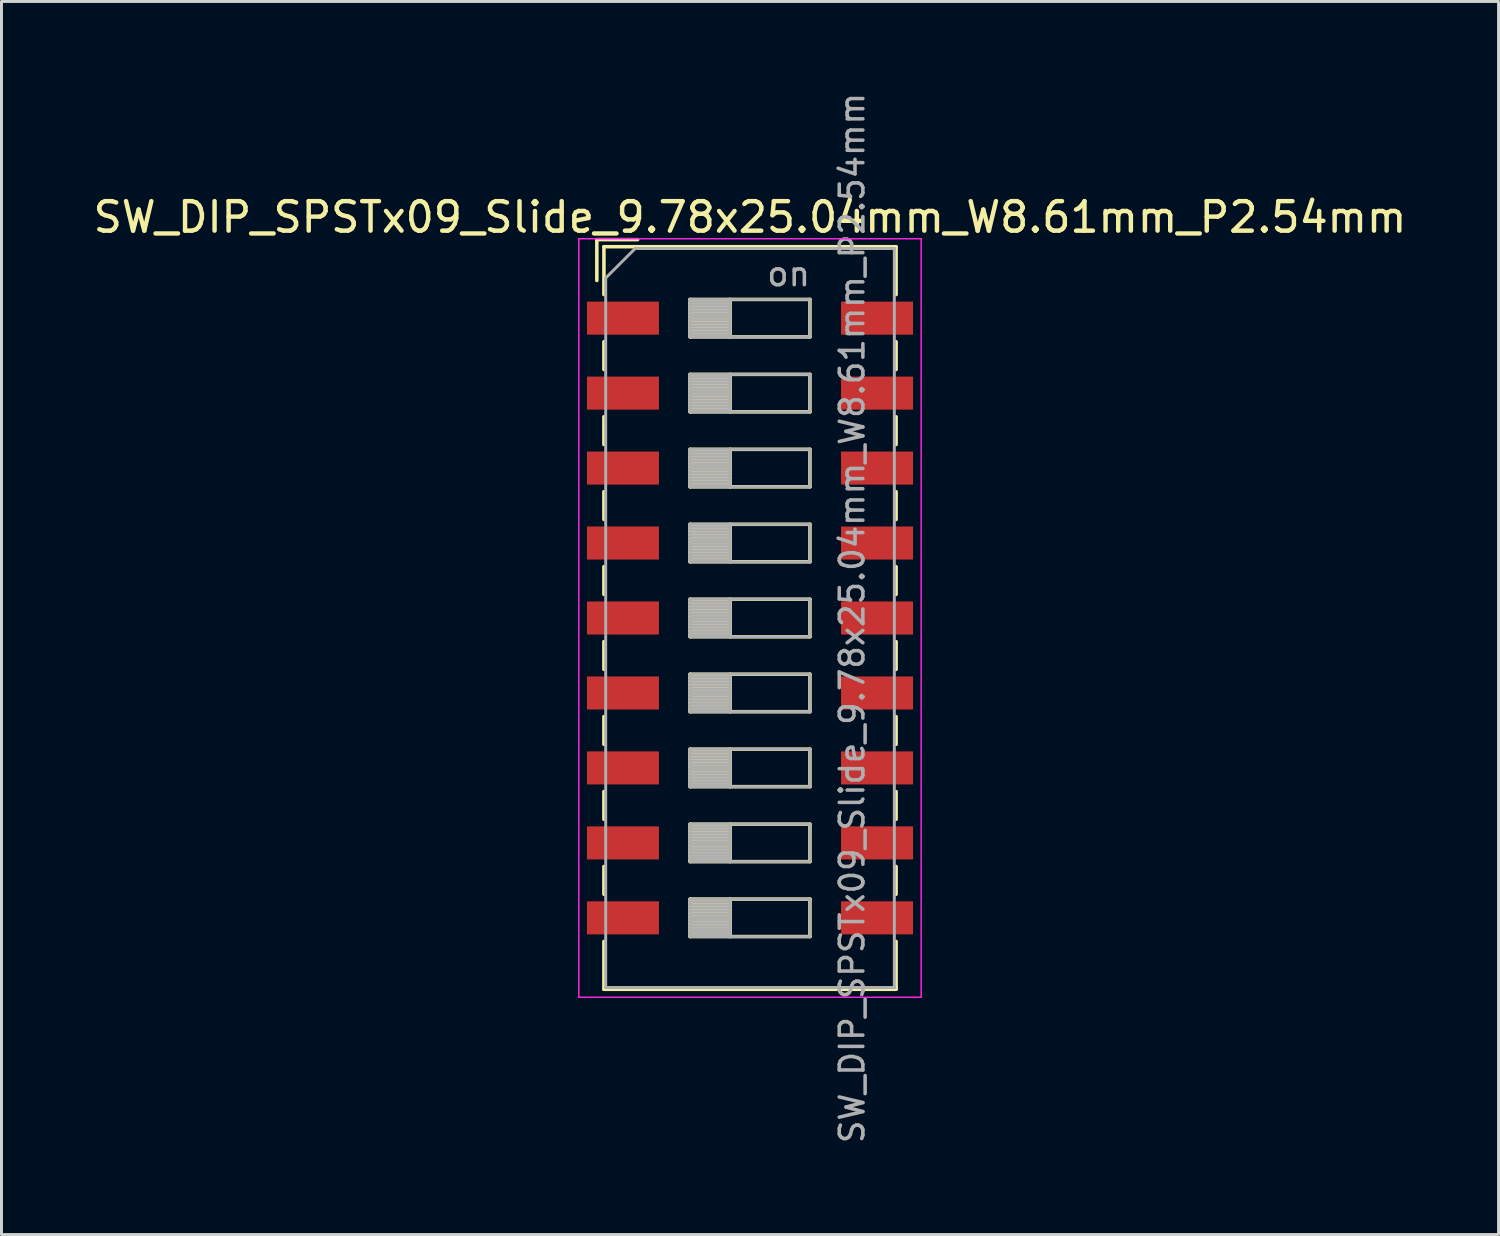
<source format=kicad_pcb>
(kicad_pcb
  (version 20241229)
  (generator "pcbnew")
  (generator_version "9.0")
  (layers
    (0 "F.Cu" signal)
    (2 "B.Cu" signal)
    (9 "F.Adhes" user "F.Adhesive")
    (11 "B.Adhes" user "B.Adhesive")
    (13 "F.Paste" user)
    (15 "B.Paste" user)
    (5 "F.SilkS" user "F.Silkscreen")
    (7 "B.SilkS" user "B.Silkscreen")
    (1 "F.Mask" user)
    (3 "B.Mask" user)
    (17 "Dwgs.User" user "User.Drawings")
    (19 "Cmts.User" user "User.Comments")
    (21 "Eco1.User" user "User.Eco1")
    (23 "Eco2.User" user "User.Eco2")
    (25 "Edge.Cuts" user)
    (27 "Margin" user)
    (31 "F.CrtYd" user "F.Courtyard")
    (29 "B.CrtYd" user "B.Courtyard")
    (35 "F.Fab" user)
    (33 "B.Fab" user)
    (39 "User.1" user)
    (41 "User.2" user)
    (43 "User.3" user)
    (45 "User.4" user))
  (footprint "SW_DIP_SPSTx09_Slide_9.78x25.04mm_W8.61mm_P2.54mm"
    (layer "F.Cu")
    (at 22.363 17.89)
    (property "Reference" "SW_DIP_SPSTx09_Slide_9.78x25.04mm_W8.61mm_P2.54mm" (at 0 -13.58 0) (layer "F.SilkS") (effects (font (size 1 1) (thickness 0.15))))
    (attr smd)
    (fp_line (start -5.19 -12.82) (end -5.19 -11.437) (stroke (width 0.12) (type solid)) (layer "F.SilkS"))
    (fp_line (start -5.19 -12.82) (end -3.806 -12.82) (stroke (width 0.12) (type solid)) (layer "F.SilkS"))
    (fp_line (start -4.95 -12.58) (end -4.95 -10.96) (stroke (width 0.12) (type solid)) (layer "F.SilkS"))
    (fp_line (start -4.95 -12.58) (end 4.95 -12.58) (stroke (width 0.12) (type solid)) (layer "F.SilkS"))
    (fp_line (start -4.95 -9.36) (end -4.95 -8.42) (stroke (width 0.12) (type solid)) (layer "F.SilkS"))
    (fp_line (start -4.95 -6.82) (end -4.95 -5.88) (stroke (width 0.12) (type solid)) (layer "F.SilkS"))
    (fp_line (start -4.95 -4.28) (end -4.95 -3.34) (stroke (width 0.12) (type solid)) (layer "F.SilkS"))
    (fp_line (start -4.95 -1.74) (end -4.95 -0.8) (stroke (width 0.12) (type solid)) (layer "F.SilkS"))
    (fp_line (start -4.95 0.8) (end -4.95 1.74) (stroke (width 0.12) (type solid)) (layer "F.SilkS"))
    (fp_line (start -4.95 3.34) (end -4.95 4.28) (stroke (width 0.12) (type solid)) (layer "F.SilkS"))
    (fp_line (start -4.95 5.88) (end -4.95 6.82) (stroke (width 0.12) (type solid)) (layer "F.SilkS"))
    (fp_line (start -4.95 8.42) (end -4.95 9.36) (stroke (width 0.12) (type solid)) (layer "F.SilkS"))
    (fp_line (start -4.95 10.96) (end -4.95 12.58) (stroke (width 0.12) (type solid)) (layer "F.SilkS"))
    (fp_line (start -4.95 12.58) (end 4.95 12.58) (stroke (width 0.12) (type solid)) (layer "F.SilkS"))
    (fp_line (start -2.03 -10.795) (end -2.03 -9.525) (stroke (width 0.12) (type solid)) (layer "F.SilkS"))
    (fp_line (start -2.03 -10.675) (end -0.677 -10.675) (stroke (width 0.12) (type solid)) (layer "F.SilkS"))
    (fp_line (start -2.03 -10.555) (end -0.677 -10.555) (stroke (width 0.12) (type solid)) (layer "F.SilkS"))
    (fp_line (start -2.03 -10.435) (end -0.677 -10.435) (stroke (width 0.12) (type solid)) (layer "F.SilkS"))
    (fp_line (start -2.03 -10.315) (end -0.677 -10.315) (stroke (width 0.12) (type solid)) (layer "F.SilkS"))
    (fp_line (start -2.03 -10.195) (end -0.677 -10.195) (stroke (width 0.12) (type solid)) (layer "F.SilkS"))
    (fp_line (start -2.03 -10.075) (end -0.677 -10.075) (stroke (width 0.12) (type solid)) (layer "F.SilkS"))
    (fp_line (start -2.03 -9.955) (end -0.677 -9.955) (stroke (width 0.12) (type solid)) (layer "F.SilkS"))
    (fp_line (start -2.03 -9.835) (end -0.677 -9.835) (stroke (width 0.12) (type solid)) (layer "F.SilkS"))
    (fp_line (start -2.03 -9.715) (end -0.677 -9.715) (stroke (width 0.12) (type solid)) (layer "F.SilkS"))
    (fp_line (start -2.03 -9.595) (end -0.677 -9.595) (stroke (width 0.12) (type solid)) (layer "F.SilkS"))
    (fp_line (start -2.03 -9.525) (end 2.03 -9.525) (stroke (width 0.12) (type solid)) (layer "F.SilkS"))
    (fp_line (start -2.03 -8.255) (end -2.03 -6.985) (stroke (width 0.12) (type solid)) (layer "F.SilkS"))
    (fp_line (start -2.03 -8.135) (end -0.677 -8.135) (stroke (width 0.12) (type solid)) (layer "F.SilkS"))
    (fp_line (start -2.03 -8.015) (end -0.677 -8.015) (stroke (width 0.12) (type solid)) (layer "F.SilkS"))
    (fp_line (start -2.03 -7.895) (end -0.677 -7.895) (stroke (width 0.12) (type solid)) (layer "F.SilkS"))
    (fp_line (start -2.03 -7.775) (end -0.677 -7.775) (stroke (width 0.12) (type solid)) (layer "F.SilkS"))
    (fp_line (start -2.03 -7.655) (end -0.677 -7.655) (stroke (width 0.12) (type solid)) (layer "F.SilkS"))
    (fp_line (start -2.03 -7.535) (end -0.677 -7.535) (stroke (width 0.12) (type solid)) (layer "F.SilkS"))
    (fp_line (start -2.03 -7.415) (end -0.677 -7.415) (stroke (width 0.12) (type solid)) (layer "F.SilkS"))
    (fp_line (start -2.03 -7.295) (end -0.677 -7.295) (stroke (width 0.12) (type solid)) (layer "F.SilkS"))
    (fp_line (start -2.03 -7.175) (end -0.677 -7.175) (stroke (width 0.12) (type solid)) (layer "F.SilkS"))
    (fp_line (start -2.03 -7.055) (end -0.677 -7.055) (stroke (width 0.12) (type solid)) (layer "F.SilkS"))
    (fp_line (start -2.03 -6.985) (end 2.03 -6.985) (stroke (width 0.12) (type solid)) (layer "F.SilkS"))
    (fp_line (start -2.03 -5.715) (end -2.03 -4.445) (stroke (width 0.12) (type solid)) (layer "F.SilkS"))
    (fp_line (start -2.03 -5.595) (end -0.677 -5.595) (stroke (width 0.12) (type solid)) (layer "F.SilkS"))
    (fp_line (start -2.03 -5.475) (end -0.677 -5.475) (stroke (width 0.12) (type solid)) (layer "F.SilkS"))
    (fp_line (start -2.03 -5.355) (end -0.677 -5.355) (stroke (width 0.12) (type solid)) (layer "F.SilkS"))
    (fp_line (start -2.03 -5.235) (end -0.677 -5.235) (stroke (width 0.12) (type solid)) (layer "F.SilkS"))
    (fp_line (start -2.03 -5.115) (end -0.677 -5.115) (stroke (width 0.12) (type solid)) (layer "F.SilkS"))
    (fp_line (start -2.03 -4.995) (end -0.677 -4.995) (stroke (width 0.12) (type solid)) (layer "F.SilkS"))
    (fp_line (start -2.03 -4.875) (end -0.677 -4.875) (stroke (width 0.12) (type solid)) (layer "F.SilkS"))
    (fp_line (start -2.03 -4.755) (end -0.677 -4.755) (stroke (width 0.12) (type solid)) (layer "F.SilkS"))
    (fp_line (start -2.03 -4.635) (end -0.677 -4.635) (stroke (width 0.12) (type solid)) (layer "F.SilkS"))
    (fp_line (start -2.03 -4.515) (end -0.677 -4.515) (stroke (width 0.12) (type solid)) (layer "F.SilkS"))
    (fp_line (start -2.03 -4.445) (end 2.03 -4.445) (stroke (width 0.12) (type solid)) (layer "F.SilkS"))
    (fp_line (start -2.03 -3.175) (end -2.03 -1.905) (stroke (width 0.12) (type solid)) (layer "F.SilkS"))
    (fp_line (start -2.03 -3.055) (end -0.677 -3.055) (stroke (width 0.12) (type solid)) (layer "F.SilkS"))
    (fp_line (start -2.03 -2.935) (end -0.677 -2.935) (stroke (width 0.12) (type solid)) (layer "F.SilkS"))
    (fp_line (start -2.03 -2.815) (end -0.677 -2.815) (stroke (width 0.12) (type solid)) (layer "F.SilkS"))
    (fp_line (start -2.03 -2.695) (end -0.677 -2.695) (stroke (width 0.12) (type solid)) (layer "F.SilkS"))
    (fp_line (start -2.03 -2.575) (end -0.677 -2.575) (stroke (width 0.12) (type solid)) (layer "F.SilkS"))
    (fp_line (start -2.03 -2.455) (end -0.677 -2.455) (stroke (width 0.12) (type solid)) (layer "F.SilkS"))
    (fp_line (start -2.03 -2.335) (end -0.677 -2.335) (stroke (width 0.12) (type solid)) (layer "F.SilkS"))
    (fp_line (start -2.03 -2.215) (end -0.677 -2.215) (stroke (width 0.12) (type solid)) (layer "F.SilkS"))
    (fp_line (start -2.03 -2.095) (end -0.677 -2.095) (stroke (width 0.12) (type solid)) (layer "F.SilkS"))
    (fp_line (start -2.03 -1.975) (end -0.677 -1.975) (stroke (width 0.12) (type solid)) (layer "F.SilkS"))
    (fp_line (start -2.03 -1.905) (end 2.03 -1.905) (stroke (width 0.12) (type solid)) (layer "F.SilkS"))
    (fp_line (start -2.03 -0.635) (end -2.03 0.635) (stroke (width 0.12) (type solid)) (layer "F.SilkS"))
    (fp_line (start -2.03 -0.515) (end -0.677 -0.515) (stroke (width 0.12) (type solid)) (layer "F.SilkS"))
    (fp_line (start -2.03 -0.395) (end -0.677 -0.395) (stroke (width 0.12) (type solid)) (layer "F.SilkS"))
    (fp_line (start -2.03 -0.275) (end -0.677 -0.275) (stroke (width 0.12) (type solid)) (layer "F.SilkS"))
    (fp_line (start -2.03 -0.155) (end -0.677 -0.155) (stroke (width 0.12) (type solid)) (layer "F.SilkS"))
    (fp_line (start -2.03 -0.035) (end -0.677 -0.035) (stroke (width 0.12) (type solid)) (layer "F.SilkS"))
    (fp_line (start -2.03 0.085) (end -0.677 0.085) (stroke (width 0.12) (type solid)) (layer "F.SilkS"))
    (fp_line (start -2.03 0.205) (end -0.677 0.205) (stroke (width 0.12) (type solid)) (layer "F.SilkS"))
    (fp_line (start -2.03 0.325) (end -0.677 0.325) (stroke (width 0.12) (type solid)) (layer "F.SilkS"))
    (fp_line (start -2.03 0.445) (end -0.677 0.445) (stroke (width 0.12) (type solid)) (layer "F.SilkS"))
    (fp_line (start -2.03 0.565) (end -0.677 0.565) (stroke (width 0.12) (type solid)) (layer "F.SilkS"))
    (fp_line (start -2.03 0.635) (end 2.03 0.635) (stroke (width 0.12) (type solid)) (layer "F.SilkS"))
    (fp_line (start -2.03 1.905) (end -2.03 3.175) (stroke (width 0.12) (type solid)) (layer "F.SilkS"))
    (fp_line (start -2.03 2.025) (end -0.677 2.025) (stroke (width 0.12) (type solid)) (layer "F.SilkS"))
    (fp_line (start -2.03 2.145) (end -0.677 2.145) (stroke (width 0.12) (type solid)) (layer "F.SilkS"))
    (fp_line (start -2.03 2.265) (end -0.677 2.265) (stroke (width 0.12) (type solid)) (layer "F.SilkS"))
    (fp_line (start -2.03 2.385) (end -0.677 2.385) (stroke (width 0.12) (type solid)) (layer "F.SilkS"))
    (fp_line (start -2.03 2.505) (end -0.677 2.505) (stroke (width 0.12) (type solid)) (layer "F.SilkS"))
    (fp_line (start -2.03 2.625) (end -0.677 2.625) (stroke (width 0.12) (type solid)) (layer "F.SilkS"))
    (fp_line (start -2.03 2.745) (end -0.677 2.745) (stroke (width 0.12) (type solid)) (layer "F.SilkS"))
    (fp_line (start -2.03 2.865) (end -0.677 2.865) (stroke (width 0.12) (type solid)) (layer "F.SilkS"))
    (fp_line (start -2.03 2.985) (end -0.677 2.985) (stroke (width 0.12) (type solid)) (layer "F.SilkS"))
    (fp_line (start -2.03 3.105) (end -0.677 3.105) (stroke (width 0.12) (type solid)) (layer "F.SilkS"))
    (fp_line (start -2.03 3.175) (end 2.03 3.175) (stroke (width 0.12) (type solid)) (layer "F.SilkS"))
    (fp_line (start -2.03 4.445) (end -2.03 5.715) (stroke (width 0.12) (type solid)) (layer "F.SilkS"))
    (fp_line (start -2.03 4.565) (end -0.677 4.565) (stroke (width 0.12) (type solid)) (layer "F.SilkS"))
    (fp_line (start -2.03 4.685) (end -0.677 4.685) (stroke (width 0.12) (type solid)) (layer "F.SilkS"))
    (fp_line (start -2.03 4.805) (end -0.677 4.805) (stroke (width 0.12) (type solid)) (layer "F.SilkS"))
    (fp_line (start -2.03 4.925) (end -0.677 4.925) (stroke (width 0.12) (type solid)) (layer "F.SilkS"))
    (fp_line (start -2.03 5.045) (end -0.677 5.045) (stroke (width 0.12) (type solid)) (layer "F.SilkS"))
    (fp_line (start -2.03 5.165) (end -0.677 5.165) (stroke (width 0.12) (type solid)) (layer "F.SilkS"))
    (fp_line (start -2.03 5.285) (end -0.677 5.285) (stroke (width 0.12) (type solid)) (layer "F.SilkS"))
    (fp_line (start -2.03 5.405) (end -0.677 5.405) (stroke (width 0.12) (type solid)) (layer "F.SilkS"))
    (fp_line (start -2.03 5.525) (end -0.677 5.525) (stroke (width 0.12) (type solid)) (layer "F.SilkS"))
    (fp_line (start -2.03 5.645) (end -0.677 5.645) (stroke (width 0.12) (type solid)) (layer "F.SilkS"))
    (fp_line (start -2.03 5.715) (end 2.03 5.715) (stroke (width 0.12) (type solid)) (layer "F.SilkS"))
    (fp_line (start -2.03 6.985) (end -2.03 8.255) (stroke (width 0.12) (type solid)) (layer "F.SilkS"))
    (fp_line (start -2.03 7.105) (end -0.677 7.105) (stroke (width 0.12) (type solid)) (layer "F.SilkS"))
    (fp_line (start -2.03 7.225) (end -0.677 7.225) (stroke (width 0.12) (type solid)) (layer "F.SilkS"))
    (fp_line (start -2.03 7.345) (end -0.677 7.345) (stroke (width 0.12) (type solid)) (layer "F.SilkS"))
    (fp_line (start -2.03 7.465) (end -0.677 7.465) (stroke (width 0.12) (type solid)) (layer "F.SilkS"))
    (fp_line (start -2.03 7.585) (end -0.677 7.585) (stroke (width 0.12) (type solid)) (layer "F.SilkS"))
    (fp_line (start -2.03 7.705) (end -0.677 7.705) (stroke (width 0.12) (type solid)) (layer "F.SilkS"))
    (fp_line (start -2.03 7.825) (end -0.677 7.825) (stroke (width 0.12) (type solid)) (layer "F.SilkS"))
    (fp_line (start -2.03 7.945) (end -0.677 7.945) (stroke (width 0.12) (type solid)) (layer "F.SilkS"))
    (fp_line (start -2.03 8.065) (end -0.677 8.065) (stroke (width 0.12) (type solid)) (layer "F.SilkS"))
    (fp_line (start -2.03 8.185) (end -0.677 8.185) (stroke (width 0.12) (type solid)) (layer "F.SilkS"))
    (fp_line (start -2.03 8.255) (end 2.03 8.255) (stroke (width 0.12) (type solid)) (layer "F.SilkS"))
    (fp_line (start -2.03 9.525) (end -2.03 10.795) (stroke (width 0.12) (type solid)) (layer "F.SilkS"))
    (fp_line (start -2.03 9.645) (end -0.677 9.645) (stroke (width 0.12) (type solid)) (layer "F.SilkS"))
    (fp_line (start -2.03 9.765) (end -0.677 9.765) (stroke (width 0.12) (type solid)) (layer "F.SilkS"))
    (fp_line (start -2.03 9.885) (end -0.677 9.885) (stroke (width 0.12) (type solid)) (layer "F.SilkS"))
    (fp_line (start -2.03 10.005) (end -0.677 10.005) (stroke (width 0.12) (type solid)) (layer "F.SilkS"))
    (fp_line (start -2.03 10.125) (end -0.677 10.125) (stroke (width 0.12) (type solid)) (layer "F.SilkS"))
    (fp_line (start -2.03 10.245) (end -0.677 10.245) (stroke (width 0.12) (type solid)) (layer "F.SilkS"))
    (fp_line (start -2.03 10.365) (end -0.677 10.365) (stroke (width 0.12) (type solid)) (layer "F.SilkS"))
    (fp_line (start -2.03 10.485) (end -0.677 10.485) (stroke (width 0.12) (type solid)) (layer "F.SilkS"))
    (fp_line (start -2.03 10.605) (end -0.677 10.605) (stroke (width 0.12) (type solid)) (layer "F.SilkS"))
    (fp_line (start -2.03 10.725) (end -0.677 10.725) (stroke (width 0.12) (type solid)) (layer "F.SilkS"))
    (fp_line (start -2.03 10.795) (end 2.03 10.795) (stroke (width 0.12) (type solid)) (layer "F.SilkS"))
    (fp_line (start -0.677 -10.795) (end -0.677 -9.525) (stroke (width 0.12) (type solid)) (layer "F.SilkS"))
    (fp_line (start -0.677 -8.255) (end -0.677 -6.985) (stroke (width 0.12) (type solid)) (layer "F.SilkS"))
    (fp_line (start -0.677 -5.715) (end -0.677 -4.445) (stroke (width 0.12) (type solid)) (layer "F.SilkS"))
    (fp_line (start -0.677 -3.175) (end -0.677 -1.905) (stroke (width 0.12) (type solid)) (layer "F.SilkS"))
    (fp_line (start -0.677 -0.635) (end -0.677 0.635) (stroke (width 0.12) (type solid)) (layer "F.SilkS"))
    (fp_line (start -0.677 1.905) (end -0.677 3.175) (stroke (width 0.12) (type solid)) (layer "F.SilkS"))
    (fp_line (start -0.677 4.445) (end -0.677 5.715) (stroke (width 0.12) (type solid)) (layer "F.SilkS"))
    (fp_line (start -0.677 6.985) (end -0.677 8.255) (stroke (width 0.12) (type solid)) (layer "F.SilkS"))
    (fp_line (start -0.677 9.525) (end -0.677 10.795) (stroke (width 0.12) (type solid)) (layer "F.SilkS"))
    (fp_line (start 2.03 -10.795) (end -2.03 -10.795) (stroke (width 0.12) (type solid)) (layer "F.SilkS"))
    (fp_line (start 2.03 -9.525) (end 2.03 -10.795) (stroke (width 0.12) (type solid)) (layer "F.SilkS"))
    (fp_line (start 2.03 -8.255) (end -2.03 -8.255) (stroke (width 0.12) (type solid)) (layer "F.SilkS"))
    (fp_line (start 2.03 -6.985) (end 2.03 -8.255) (stroke (width 0.12) (type solid)) (layer "F.SilkS"))
    (fp_line (start 2.03 -5.715) (end -2.03 -5.715) (stroke (width 0.12) (type solid)) (layer "F.SilkS"))
    (fp_line (start 2.03 -4.445) (end 2.03 -5.715) (stroke (width 0.12) (type solid)) (layer "F.SilkS"))
    (fp_line (start 2.03 -3.175) (end -2.03 -3.175) (stroke (width 0.12) (type solid)) (layer "F.SilkS"))
    (fp_line (start 2.03 -1.905) (end 2.03 -3.175) (stroke (width 0.12) (type solid)) (layer "F.SilkS"))
    (fp_line (start 2.03 -0.635) (end -2.03 -0.635) (stroke (width 0.12) (type solid)) (layer "F.SilkS"))
    (fp_line (start 2.03 0.635) (end 2.03 -0.635) (stroke (width 0.12) (type solid)) (layer "F.SilkS"))
    (fp_line (start 2.03 1.905) (end -2.03 1.905) (stroke (width 0.12) (type solid)) (layer "F.SilkS"))
    (fp_line (start 2.03 3.175) (end 2.03 1.905) (stroke (width 0.12) (type solid)) (layer "F.SilkS"))
    (fp_line (start 2.03 4.445) (end -2.03 4.445) (stroke (width 0.12) (type solid)) (layer "F.SilkS"))
    (fp_line (start 2.03 5.715) (end 2.03 4.445) (stroke (width 0.12) (type solid)) (layer "F.SilkS"))
    (fp_line (start 2.03 6.985) (end -2.03 6.985) (stroke (width 0.12) (type solid)) (layer "F.SilkS"))
    (fp_line (start 2.03 8.255) (end 2.03 6.985) (stroke (width 0.12) (type solid)) (layer "F.SilkS"))
    (fp_line (start 2.03 9.525) (end -2.03 9.525) (stroke (width 0.12) (type solid)) (layer "F.SilkS"))
    (fp_line (start 2.03 10.795) (end 2.03 9.525) (stroke (width 0.12) (type solid)) (layer "F.SilkS"))
    (fp_line (start 4.95 -12.58) (end 4.95 -10.96) (stroke (width 0.12) (type solid)) (layer "F.SilkS"))
    (fp_line (start 4.95 -9.359) (end 4.95 -8.419) (stroke (width 0.12) (type solid)) (layer "F.SilkS"))
    (fp_line (start 4.95 -6.819) (end 4.95 -5.879) (stroke (width 0.12) (type solid)) (layer "F.SilkS"))
    (fp_line (start 4.95 -4.279) (end 4.95 -3.339) (stroke (width 0.12) (type solid)) (layer "F.SilkS"))
    (fp_line (start 4.95 -1.739) (end 4.95 -0.799) (stroke (width 0.12) (type solid)) (layer "F.SilkS"))
    (fp_line (start 4.95 0.801) (end 4.95 1.741) (stroke (width 0.12) (type solid)) (layer "F.SilkS"))
    (fp_line (start 4.95 3.341) (end 4.95 4.281) (stroke (width 0.12) (type solid)) (layer "F.SilkS"))
    (fp_line (start 4.95 5.881) (end 4.95 6.82) (stroke (width 0.12) (type solid)) (layer "F.SilkS"))
    (fp_line (start 4.95 8.42) (end 4.95 9.36) (stroke (width 0.12) (type solid)) (layer "F.SilkS"))
    (fp_line (start 4.95 10.96) (end 4.95 12.58) (stroke (width 0.12) (type solid)) (layer "F.SilkS"))
    (fp_line (start -5.8 -12.85) (end -5.8 12.85) (stroke (width 0.05) (type solid)) (layer "F.CrtYd"))
    (fp_line (start -5.8 12.85) (end 5.8 12.85) (stroke (width 0.05) (type solid)) (layer "F.CrtYd"))
    (fp_line (start 5.8 -12.85) (end -5.8 -12.85) (stroke (width 0.05) (type solid)) (layer "F.CrtYd"))
    (fp_line (start 5.8 12.85) (end 5.8 -12.85) (stroke (width 0.05) (type solid)) (layer "F.CrtYd"))
    (fp_line (start -4.89 -11.52) (end -3.89 -12.52) (stroke (width 0.1) (type solid)) (layer "F.Fab"))
    (fp_line (start -4.89 12.52) (end -4.89 -11.52) (stroke (width 0.1) (type solid)) (layer "F.Fab"))
    (fp_line (start -3.89 -12.52) (end 4.89 -12.52) (stroke (width 0.1) (type solid)) (layer "F.Fab"))
    (fp_line (start -2.03 -10.795) (end -2.03 -9.525) (stroke (width 0.1) (type solid)) (layer "F.Fab"))
    (fp_line (start -2.03 -10.695) (end -0.677 -10.695) (stroke (width 0.1) (type solid)) (layer "F.Fab"))
    (fp_line (start -2.03 -10.595) (end -0.677 -10.595) (stroke (width 0.1) (type solid)) (layer "F.Fab"))
    (fp_line (start -2.03 -10.495) (end -0.677 -10.495) (stroke (width 0.1) (type solid)) (layer "F.Fab"))
    (fp_line (start -2.03 -10.395) (end -0.677 -10.395) (stroke (width 0.1) (type solid)) (layer "F.Fab"))
    (fp_line (start -2.03 -10.295) (end -0.677 -10.295) (stroke (width 0.1) (type solid)) (layer "F.Fab"))
    (fp_line (start -2.03 -10.195) (end -0.677 -10.195) (stroke (width 0.1) (type solid)) (layer "F.Fab"))
    (fp_line (start -2.03 -10.095) (end -0.677 -10.095) (stroke (width 0.1) (type solid)) (layer "F.Fab"))
    (fp_line (start -2.03 -9.995) (end -0.677 -9.995) (stroke (width 0.1) (type solid)) (layer "F.Fab"))
    (fp_line (start -2.03 -9.895) (end -0.677 -9.895) (stroke (width 0.1) (type solid)) (layer "F.Fab"))
    (fp_line (start -2.03 -9.795) (end -0.677 -9.795) (stroke (width 0.1) (type solid)) (layer "F.Fab"))
    (fp_line (start -2.03 -9.695) (end -0.677 -9.695) (stroke (width 0.1) (type solid)) (layer "F.Fab"))
    (fp_line (start -2.03 -9.595) (end -0.677 -9.595) (stroke (width 0.1) (type solid)) (layer "F.Fab"))
    (fp_line (start -2.03 -9.525) (end 2.03 -9.525) (stroke (width 0.1) (type solid)) (layer "F.Fab"))
    (fp_line (start -2.03 -8.255) (end -2.03 -6.985) (stroke (width 0.1) (type solid)) (layer "F.Fab"))
    (fp_line (start -2.03 -8.155) (end -0.677 -8.155) (stroke (width 0.1) (type solid)) (layer "F.Fab"))
    (fp_line (start -2.03 -8.055) (end -0.677 -8.055) (stroke (width 0.1) (type solid)) (layer "F.Fab"))
    (fp_line (start -2.03 -7.955) (end -0.677 -7.955) (stroke (width 0.1) (type solid)) (layer "F.Fab"))
    (fp_line (start -2.03 -7.855) (end -0.677 -7.855) (stroke (width 0.1) (type solid)) (layer "F.Fab"))
    (fp_line (start -2.03 -7.755) (end -0.677 -7.755) (stroke (width 0.1) (type solid)) (layer "F.Fab"))
    (fp_line (start -2.03 -7.655) (end -0.677 -7.655) (stroke (width 0.1) (type solid)) (layer "F.Fab"))
    (fp_line (start -2.03 -7.555) (end -0.677 -7.555) (stroke (width 0.1) (type solid)) (layer "F.Fab"))
    (fp_line (start -2.03 -7.455) (end -0.677 -7.455) (stroke (width 0.1) (type solid)) (layer "F.Fab"))
    (fp_line (start -2.03 -7.355) (end -0.677 -7.355) (stroke (width 0.1) (type solid)) (layer "F.Fab"))
    (fp_line (start -2.03 -7.255) (end -0.677 -7.255) (stroke (width 0.1) (type solid)) (layer "F.Fab"))
    (fp_line (start -2.03 -7.155) (end -0.677 -7.155) (stroke (width 0.1) (type solid)) (layer "F.Fab"))
    (fp_line (start -2.03 -7.055) (end -0.677 -7.055) (stroke (width 0.1) (type solid)) (layer "F.Fab"))
    (fp_line (start -2.03 -6.985) (end 2.03 -6.985) (stroke (width 0.1) (type solid)) (layer "F.Fab"))
    (fp_line (start -2.03 -5.715) (end -2.03 -4.445) (stroke (width 0.1) (type solid)) (layer "F.Fab"))
    (fp_line (start -2.03 -5.615) (end -0.677 -5.615) (stroke (width 0.1) (type solid)) (layer "F.Fab"))
    (fp_line (start -2.03 -5.515) (end -0.677 -5.515) (stroke (width 0.1) (type solid)) (layer "F.Fab"))
    (fp_line (start -2.03 -5.415) (end -0.677 -5.415) (stroke (width 0.1) (type solid)) (layer "F.Fab"))
    (fp_line (start -2.03 -5.315) (end -0.677 -5.315) (stroke (width 0.1) (type solid)) (layer "F.Fab"))
    (fp_line (start -2.03 -5.215) (end -0.677 -5.215) (stroke (width 0.1) (type solid)) (layer "F.Fab"))
    (fp_line (start -2.03 -5.115) (end -0.677 -5.115) (stroke (width 0.1) (type solid)) (layer "F.Fab"))
    (fp_line (start -2.03 -5.015) (end -0.677 -5.015) (stroke (width 0.1) (type solid)) (layer "F.Fab"))
    (fp_line (start -2.03 -4.915) (end -0.677 -4.915) (stroke (width 0.1) (type solid)) (layer "F.Fab"))
    (fp_line (start -2.03 -4.815) (end -0.677 -4.815) (stroke (width 0.1) (type solid)) (layer "F.Fab"))
    (fp_line (start -2.03 -4.715) (end -0.677 -4.715) (stroke (width 0.1) (type solid)) (layer "F.Fab"))
    (fp_line (start -2.03 -4.615) (end -0.677 -4.615) (stroke (width 0.1) (type solid)) (layer "F.Fab"))
    (fp_line (start -2.03 -4.515) (end -0.677 -4.515) (stroke (width 0.1) (type solid)) (layer "F.Fab"))
    (fp_line (start -2.03 -4.445) (end 2.03 -4.445) (stroke (width 0.1) (type solid)) (layer "F.Fab"))
    (fp_line (start -2.03 -3.175) (end -2.03 -1.905) (stroke (width 0.1) (type solid)) (layer "F.Fab"))
    (fp_line (start -2.03 -3.075) (end -0.677 -3.075) (stroke (width 0.1) (type solid)) (layer "F.Fab"))
    (fp_line (start -2.03 -2.975) (end -0.677 -2.975) (stroke (width 0.1) (type solid)) (layer "F.Fab"))
    (fp_line (start -2.03 -2.875) (end -0.677 -2.875) (stroke (width 0.1) (type solid)) (layer "F.Fab"))
    (fp_line (start -2.03 -2.775) (end -0.677 -2.775) (stroke (width 0.1) (type solid)) (layer "F.Fab"))
    (fp_line (start -2.03 -2.675) (end -0.677 -2.675) (stroke (width 0.1) (type solid)) (layer "F.Fab"))
    (fp_line (start -2.03 -2.575) (end -0.677 -2.575) (stroke (width 0.1) (type solid)) (layer "F.Fab"))
    (fp_line (start -2.03 -2.475) (end -0.677 -2.475) (stroke (width 0.1) (type solid)) (layer "F.Fab"))
    (fp_line (start -2.03 -2.375) (end -0.677 -2.375) (stroke (width 0.1) (type solid)) (layer "F.Fab"))
    (fp_line (start -2.03 -2.275) (end -0.677 -2.275) (stroke (width 0.1) (type solid)) (layer "F.Fab"))
    (fp_line (start -2.03 -2.175) (end -0.677 -2.175) (stroke (width 0.1) (type solid)) (layer "F.Fab"))
    (fp_line (start -2.03 -2.075) (end -0.677 -2.075) (stroke (width 0.1) (type solid)) (layer "F.Fab"))
    (fp_line (start -2.03 -1.975) (end -0.677 -1.975) (stroke (width 0.1) (type solid)) (layer "F.Fab"))
    (fp_line (start -2.03 -1.905) (end 2.03 -1.905) (stroke (width 0.1) (type solid)) (layer "F.Fab"))
    (fp_line (start -2.03 -0.635) (end -2.03 0.635) (stroke (width 0.1) (type solid)) (layer "F.Fab"))
    (fp_line (start -2.03 -0.535) (end -0.677 -0.535) (stroke (width 0.1) (type solid)) (layer "F.Fab"))
    (fp_line (start -2.03 -0.435) (end -0.677 -0.435) (stroke (width 0.1) (type solid)) (layer "F.Fab"))
    (fp_line (start -2.03 -0.335) (end -0.677 -0.335) (stroke (width 0.1) (type solid)) (layer "F.Fab"))
    (fp_line (start -2.03 -0.235) (end -0.677 -0.235) (stroke (width 0.1) (type solid)) (layer "F.Fab"))
    (fp_line (start -2.03 -0.135) (end -0.677 -0.135) (stroke (width 0.1) (type solid)) (layer "F.Fab"))
    (fp_line (start -2.03 -0.035) (end -0.677 -0.035) (stroke (width 0.1) (type solid)) (layer "F.Fab"))
    (fp_line (start -2.03 0.065) (end -0.677 0.065) (stroke (width 0.1) (type solid)) (layer "F.Fab"))
    (fp_line (start -2.03 0.165) (end -0.677 0.165) (stroke (width 0.1) (type solid)) (layer "F.Fab"))
    (fp_line (start -2.03 0.265) (end -0.677 0.265) (stroke (width 0.1) (type solid)) (layer "F.Fab"))
    (fp_line (start -2.03 0.365) (end -0.677 0.365) (stroke (width 0.1) (type solid)) (layer "F.Fab"))
    (fp_line (start -2.03 0.465) (end -0.677 0.465) (stroke (width 0.1) (type solid)) (layer "F.Fab"))
    (fp_line (start -2.03 0.565) (end -0.677 0.565) (stroke (width 0.1) (type solid)) (layer "F.Fab"))
    (fp_line (start -2.03 0.635) (end 2.03 0.635) (stroke (width 0.1) (type solid)) (layer "F.Fab"))
    (fp_line (start -2.03 1.905) (end -2.03 3.175) (stroke (width 0.1) (type solid)) (layer "F.Fab"))
    (fp_line (start -2.03 2.005) (end -0.677 2.005) (stroke (width 0.1) (type solid)) (layer "F.Fab"))
    (fp_line (start -2.03 2.105) (end -0.677 2.105) (stroke (width 0.1) (type solid)) (layer "F.Fab"))
    (fp_line (start -2.03 2.205) (end -0.677 2.205) (stroke (width 0.1) (type solid)) (layer "F.Fab"))
    (fp_line (start -2.03 2.305) (end -0.677 2.305) (stroke (width 0.1) (type solid)) (layer "F.Fab"))
    (fp_line (start -2.03 2.405) (end -0.677 2.405) (stroke (width 0.1) (type solid)) (layer "F.Fab"))
    (fp_line (start -2.03 2.505) (end -0.677 2.505) (stroke (width 0.1) (type solid)) (layer "F.Fab"))
    (fp_line (start -2.03 2.605) (end -0.677 2.605) (stroke (width 0.1) (type solid)) (layer "F.Fab"))
    (fp_line (start -2.03 2.705) (end -0.677 2.705) (stroke (width 0.1) (type solid)) (layer "F.Fab"))
    (fp_line (start -2.03 2.805) (end -0.677 2.805) (stroke (width 0.1) (type solid)) (layer "F.Fab"))
    (fp_line (start -2.03 2.905) (end -0.677 2.905) (stroke (width 0.1) (type solid)) (layer "F.Fab"))
    (fp_line (start -2.03 3.005) (end -0.677 3.005) (stroke (width 0.1) (type solid)) (layer "F.Fab"))
    (fp_line (start -2.03 3.105) (end -0.677 3.105) (stroke (width 0.1) (type solid)) (layer "F.Fab"))
    (fp_line (start -2.03 3.175) (end 2.03 3.175) (stroke (width 0.1) (type solid)) (layer "F.Fab"))
    (fp_line (start -2.03 4.445) (end -2.03 5.715) (stroke (width 0.1) (type solid)) (layer "F.Fab"))
    (fp_line (start -2.03 4.545) (end -0.677 4.545) (stroke (width 0.1) (type solid)) (layer "F.Fab"))
    (fp_line (start -2.03 4.645) (end -0.677 4.645) (stroke (width 0.1) (type solid)) (layer "F.Fab"))
    (fp_line (start -2.03 4.745) (end -0.677 4.745) (stroke (width 0.1) (type solid)) (layer "F.Fab"))
    (fp_line (start -2.03 4.845) (end -0.677 4.845) (stroke (width 0.1) (type solid)) (layer "F.Fab"))
    (fp_line (start -2.03 4.945) (end -0.677 4.945) (stroke (width 0.1) (type solid)) (layer "F.Fab"))
    (fp_line (start -2.03 5.045) (end -0.677 5.045) (stroke (width 0.1) (type solid)) (layer "F.Fab"))
    (fp_line (start -2.03 5.145) (end -0.677 5.145) (stroke (width 0.1) (type solid)) (layer "F.Fab"))
    (fp_line (start -2.03 5.245) (end -0.677 5.245) (stroke (width 0.1) (type solid)) (layer "F.Fab"))
    (fp_line (start -2.03 5.345) (end -0.677 5.345) (stroke (width 0.1) (type solid)) (layer "F.Fab"))
    (fp_line (start -2.03 5.445) (end -0.677 5.445) (stroke (width 0.1) (type solid)) (layer "F.Fab"))
    (fp_line (start -2.03 5.545) (end -0.677 5.545) (stroke (width 0.1) (type solid)) (layer "F.Fab"))
    (fp_line (start -2.03 5.645) (end -0.677 5.645) (stroke (width 0.1) (type solid)) (layer "F.Fab"))
    (fp_line (start -2.03 5.715) (end 2.03 5.715) (stroke (width 0.1) (type solid)) (layer "F.Fab"))
    (fp_line (start -2.03 6.985) (end -2.03 8.255) (stroke (width 0.1) (type solid)) (layer "F.Fab"))
    (fp_line (start -2.03 7.085) (end -0.677 7.085) (stroke (width 0.1) (type solid)) (layer "F.Fab"))
    (fp_line (start -2.03 7.185) (end -0.677 7.185) (stroke (width 0.1) (type solid)) (layer "F.Fab"))
    (fp_line (start -2.03 7.285) (end -0.677 7.285) (stroke (width 0.1) (type solid)) (layer "F.Fab"))
    (fp_line (start -2.03 7.385) (end -0.677 7.385) (stroke (width 0.1) (type solid)) (layer "F.Fab"))
    (fp_line (start -2.03 7.485) (end -0.677 7.485) (stroke (width 0.1) (type solid)) (layer "F.Fab"))
    (fp_line (start -2.03 7.585) (end -0.677 7.585) (stroke (width 0.1) (type solid)) (layer "F.Fab"))
    (fp_line (start -2.03 7.685) (end -0.677 7.685) (stroke (width 0.1) (type solid)) (layer "F.Fab"))
    (fp_line (start -2.03 7.785) (end -0.677 7.785) (stroke (width 0.1) (type solid)) (layer "F.Fab"))
    (fp_line (start -2.03 7.885) (end -0.677 7.885) (stroke (width 0.1) (type solid)) (layer "F.Fab"))
    (fp_line (start -2.03 7.985) (end -0.677 7.985) (stroke (width 0.1) (type solid)) (layer "F.Fab"))
    (fp_line (start -2.03 8.085) (end -0.677 8.085) (stroke (width 0.1) (type solid)) (layer "F.Fab"))
    (fp_line (start -2.03 8.185) (end -0.677 8.185) (stroke (width 0.1) (type solid)) (layer "F.Fab"))
    (fp_line (start -2.03 8.255) (end 2.03 8.255) (stroke (width 0.1) (type solid)) (layer "F.Fab"))
    (fp_line (start -2.03 9.525) (end -2.03 10.795) (stroke (width 0.1) (type solid)) (layer "F.Fab"))
    (fp_line (start -2.03 9.625) (end -0.677 9.625) (stroke (width 0.1) (type solid)) (layer "F.Fab"))
    (fp_line (start -2.03 9.725) (end -0.677 9.725) (stroke (width 0.1) (type solid)) (layer "F.Fab"))
    (fp_line (start -2.03 9.825) (end -0.677 9.825) (stroke (width 0.1) (type solid)) (layer "F.Fab"))
    (fp_line (start -2.03 9.925) (end -0.677 9.925) (stroke (width 0.1) (type solid)) (layer "F.Fab"))
    (fp_line (start -2.03 10.025) (end -0.677 10.025) (stroke (width 0.1) (type solid)) (layer "F.Fab"))
    (fp_line (start -2.03 10.125) (end -0.677 10.125) (stroke (width 0.1) (type solid)) (layer "F.Fab"))
    (fp_line (start -2.03 10.225) (end -0.677 10.225) (stroke (width 0.1) (type solid)) (layer "F.Fab"))
    (fp_line (start -2.03 10.325) (end -0.677 10.325) (stroke (width 0.1) (type solid)) (layer "F.Fab"))
    (fp_line (start -2.03 10.425) (end -0.677 10.425) (stroke (width 0.1) (type solid)) (layer "F.Fab"))
    (fp_line (start -2.03 10.525) (end -0.677 10.525) (stroke (width 0.1) (type solid)) (layer "F.Fab"))
    (fp_line (start -2.03 10.625) (end -0.677 10.625) (stroke (width 0.1) (type solid)) (layer "F.Fab"))
    (fp_line (start -2.03 10.725) (end -0.677 10.725) (stroke (width 0.1) (type solid)) (layer "F.Fab"))
    (fp_line (start -2.03 10.795) (end 2.03 10.795) (stroke (width 0.1) (type solid)) (layer "F.Fab"))
    (fp_line (start -0.677 -10.795) (end -0.677 -9.525) (stroke (width 0.1) (type solid)) (layer "F.Fab"))
    (fp_line (start -0.677 -8.255) (end -0.677 -6.985) (stroke (width 0.1) (type solid)) (layer "F.Fab"))
    (fp_line (start -0.677 -5.715) (end -0.677 -4.445) (stroke (width 0.1) (type solid)) (layer "F.Fab"))
    (fp_line (start -0.677 -3.175) (end -0.677 -1.905) (stroke (width 0.1) (type solid)) (layer "F.Fab"))
    (fp_line (start -0.677 -0.635) (end -0.677 0.635) (stroke (width 0.1) (type solid)) (layer "F.Fab"))
    (fp_line (start -0.677 1.905) (end -0.677 3.175) (stroke (width 0.1) (type solid)) (layer "F.Fab"))
    (fp_line (start -0.677 4.445) (end -0.677 5.715) (stroke (width 0.1) (type solid)) (layer "F.Fab"))
    (fp_line (start -0.677 6.985) (end -0.677 8.255) (stroke (width 0.1) (type solid)) (layer "F.Fab"))
    (fp_line (start -0.677 9.525) (end -0.677 10.795) (stroke (width 0.1) (type solid)) (layer "F.Fab"))
    (fp_line (start 2.03 -10.795) (end -2.03 -10.795) (stroke (width 0.1) (type solid)) (layer "F.Fab"))
    (fp_line (start 2.03 -9.525) (end 2.03 -10.795) (stroke (width 0.1) (type solid)) (layer "F.Fab"))
    (fp_line (start 2.03 -8.255) (end -2.03 -8.255) (stroke (width 0.1) (type solid)) (layer "F.Fab"))
    (fp_line (start 2.03 -6.985) (end 2.03 -8.255) (stroke (width 0.1) (type solid)) (layer "F.Fab"))
    (fp_line (start 2.03 -5.715) (end -2.03 -5.715) (stroke (width 0.1) (type solid)) (layer "F.Fab"))
    (fp_line (start 2.03 -4.445) (end 2.03 -5.715) (stroke (width 0.1) (type solid)) (layer "F.Fab"))
    (fp_line (start 2.03 -3.175) (end -2.03 -3.175) (stroke (width 0.1) (type solid)) (layer "F.Fab"))
    (fp_line (start 2.03 -1.905) (end 2.03 -3.175) (stroke (width 0.1) (type solid)) (layer "F.Fab"))
    (fp_line (start 2.03 -0.635) (end -2.03 -0.635) (stroke (width 0.1) (type solid)) (layer "F.Fab"))
    (fp_line (start 2.03 0.635) (end 2.03 -0.635) (stroke (width 0.1) (type solid)) (layer "F.Fab"))
    (fp_line (start 2.03 1.905) (end -2.03 1.905) (stroke (width 0.1) (type solid)) (layer "F.Fab"))
    (fp_line (start 2.03 3.175) (end 2.03 1.905) (stroke (width 0.1) (type solid)) (layer "F.Fab"))
    (fp_line (start 2.03 4.445) (end -2.03 4.445) (stroke (width 0.1) (type solid)) (layer "F.Fab"))
    (fp_line (start 2.03 5.715) (end 2.03 4.445) (stroke (width 0.1) (type solid)) (layer "F.Fab"))
    (fp_line (start 2.03 6.985) (end -2.03 6.985) (stroke (width 0.1) (type solid)) (layer "F.Fab"))
    (fp_line (start 2.03 8.255) (end 2.03 6.985) (stroke (width 0.1) (type solid)) (layer "F.Fab"))
    (fp_line (start 2.03 9.525) (end -2.03 9.525) (stroke (width 0.1) (type solid)) (layer "F.Fab"))
    (fp_line (start 2.03 10.795) (end 2.03 9.525) (stroke (width 0.1) (type solid)) (layer "F.Fab"))
    (fp_line (start 4.89 -12.52) (end 4.89 12.52) (stroke (width 0.1) (type solid)) (layer "F.Fab"))
    (fp_line (start 4.89 12.52) (end -4.89 12.52) (stroke (width 0.1) (type solid)) (layer "F.Fab"))
    (fp_text user "${REFERENCE}" (at 3.46 0 90) (layer "F.Fab") (effects (font (size 0.8 0.8) (thickness 0.12))))
    (fp_text user "on" (at 1.308 -11.658 0) (layer "F.Fab") (effects (font (size 0.8 0.8) (thickness 0.12))))
    (pad "1" smd rect (at -4.305 -10.16) (size 2.44 1.12) (layers "F.Cu" "F.Mask" "F.Paste"))
    (pad "2" smd rect (at -4.305 -7.62) (size 2.44 1.12) (layers "F.Cu" "F.Mask" "F.Paste"))
    (pad "3" smd rect (at -4.305 -5.08) (size 2.44 1.12) (layers "F.Cu" "F.Mask" "F.Paste"))
    (pad "4" smd rect (at -4.305 -2.54) (size 2.44 1.12) (layers "F.Cu" "F.Mask" "F.Paste"))
    (pad "5" smd rect (at -4.305 0) (size 2.44 1.12) (layers "F.Cu" "F.Mask" "F.Paste"))
    (pad "6" smd rect (at -4.305 2.54) (size 2.44 1.12) (layers "F.Cu" "F.Mask" "F.Paste"))
    (pad "7" smd rect (at -4.305 5.08) (size 2.44 1.12) (layers "F.Cu" "F.Mask" "F.Paste"))
    (pad "8" smd rect (at -4.305 7.62) (size 2.44 1.12) (layers "F.Cu" "F.Mask" "F.Paste"))
    (pad "9" smd rect (at -4.305 10.16) (size 2.44 1.12) (layers "F.Cu" "F.Mask" "F.Paste"))
    (pad "10" smd rect (at 4.305 10.16) (size 2.44 1.12) (layers "F.Cu" "F.Mask" "F.Paste"))
    (pad "11" smd rect (at 4.305 7.62) (size 2.44 1.12) (layers "F.Cu" "F.Mask" "F.Paste"))
    (pad "12" smd rect (at 4.305 5.08) (size 2.44 1.12) (layers "F.Cu" "F.Mask" "F.Paste"))
    (pad "13" smd rect (at 4.305 2.54) (size 2.44 1.12) (layers "F.Cu" "F.Mask" "F.Paste"))
    (pad "14" smd rect (at 4.305 0) (size 2.44 1.12) (layers "F.Cu" "F.Mask" "F.Paste"))
    (pad "15" smd rect (at 4.305 -2.54) (size 2.44 1.12) (layers "F.Cu" "F.Mask" "F.Paste"))
    (pad "16" smd rect (at 4.305 -5.08) (size 2.44 1.12) (layers "F.Cu" "F.Mask" "F.Paste"))
    (pad "17" smd rect (at 4.305 -7.62) (size 2.44 1.12) (layers "F.Cu" "F.Mask" "F.Paste"))
    (pad "18" smd rect (at 4.305 -10.16) (size 2.44 1.12) (layers "F.Cu" "F.Mask" "F.Paste")))
  (gr_rect
    (start -3 -3)
    (end 47.726 38.781)
    (stroke (width 0.1) (type default))
    (fill no)
    (layer "Edge.Cuts")))
</source>
